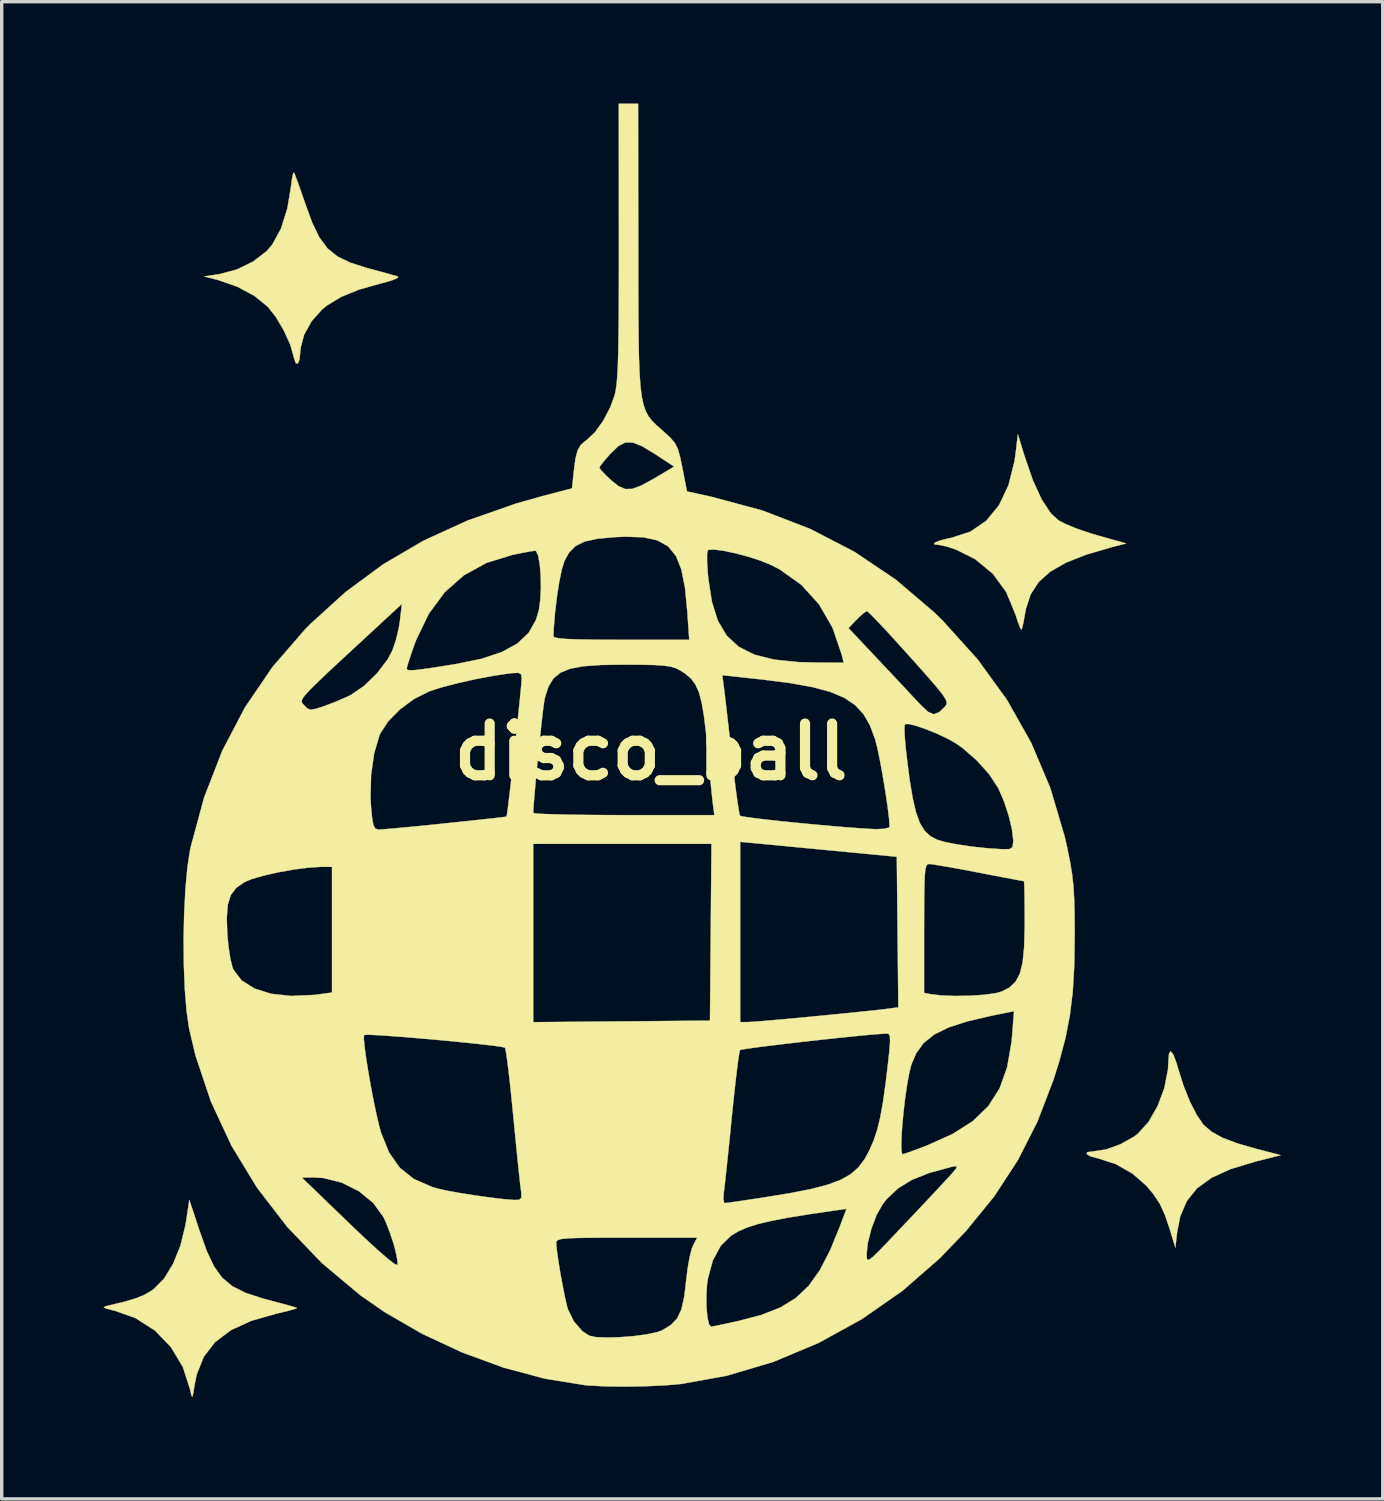
<source format=kicad_pcb>
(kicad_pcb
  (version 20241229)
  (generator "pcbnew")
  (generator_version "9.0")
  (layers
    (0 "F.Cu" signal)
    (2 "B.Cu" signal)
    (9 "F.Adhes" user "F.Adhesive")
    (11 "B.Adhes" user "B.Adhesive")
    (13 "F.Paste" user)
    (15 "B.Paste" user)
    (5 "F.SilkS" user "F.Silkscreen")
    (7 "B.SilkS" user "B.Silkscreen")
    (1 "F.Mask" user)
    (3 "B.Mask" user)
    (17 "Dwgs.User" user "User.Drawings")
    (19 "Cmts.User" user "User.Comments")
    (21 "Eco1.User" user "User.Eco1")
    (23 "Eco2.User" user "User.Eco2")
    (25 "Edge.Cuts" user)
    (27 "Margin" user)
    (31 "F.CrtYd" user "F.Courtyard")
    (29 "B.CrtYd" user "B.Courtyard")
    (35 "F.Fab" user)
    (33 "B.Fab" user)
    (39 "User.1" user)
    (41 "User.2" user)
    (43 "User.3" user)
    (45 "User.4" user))
  (footprint "disco_ball"
    (layer "F.Cu")
    (at 16.127 19.097)
    (property "Reference" "disco_ball" (at 0 0 0) (layer "F.SilkS") (effects (font (size 1.524 1.524) (thickness 0.3))))
    (attr through_hole)
    (fp_poly (pts (xy 10.999 -8.721) (xy 11.249 -7.995) (xy 11.51 -7.429) (xy 11.78 -7.024) (xy 12.007 -6.816) (xy 12.225 -6.704) (xy 12.554 -6.571) (xy 12.939 -6.44) (xy 13.158 -6.375) (xy 13.996 -6.139) (xy 13.581 -6.033) (xy 12.824 -5.812) (xy 12.221 -5.574) (xy 11.757 -5.308) (xy 11.416 -5.001) (xy 11.183 -4.642) (xy 11.043 -4.218) (xy 11.016 -4.074) (xy 10.971 -3.821) (xy 10.93 -3.647) (xy 10.912 -3.602) (xy 10.872 -3.657) (xy 10.803 -3.834) (xy 10.735 -4.049) (xy 10.462 -4.708) (xy 10.065 -5.251) (xy 9.544 -5.678) (xy 8.994 -5.954) (xy 8.73 -6.043) (xy 8.501 -6.094) (xy 8.444 -6.099) (xy 8.334 -6.118) (xy 8.365 -6.165) (xy 8.512 -6.225) (xy 8.751 -6.286) (xy 8.844 -6.304) (xy 9.403 -6.485) (xy 9.873 -6.806) (xy 10.249 -7.264) (xy 10.528 -7.853) (xy 10.707 -8.568) (xy 10.738 -8.79) (xy 10.805 -9.356) (xy 10.999 -8.721)) (stroke (width 0.01) (type solid)) (fill yes) (layer "F.SilkS"))
    (fp_poly (pts (xy -13.293 14.126) (xy -13.084 14.71) (xy -12.874 15.155) (xy -12.634 15.489) (xy -12.337 15.738) (xy -11.953 15.932) (xy -11.453 16.097) (xy -11.169 16.173) (xy -10.846 16.258) (xy -10.593 16.328) (xy -10.449 16.372) (xy -10.431 16.381) (xy -10.494 16.41) (xy -10.684 16.463) (xy -10.963 16.531) (xy -11.023 16.544) (xy -11.777 16.759) (xy -12.38 17.036) (xy -12.842 17.386) (xy -13.172 17.815) (xy -13.381 18.333) (xy -13.446 18.645) (xy -13.486 18.899) (xy -13.512 18.999) (xy -13.538 18.96) (xy -13.573 18.796) (xy -13.79 18.121) (xy -14.142 17.532) (xy -14.613 17.045) (xy -15.186 16.679) (xy -15.79 16.464) (xy -16.031 16.403) (xy -16.122 16.366) (xy -16.081 16.335) (xy -15.96 16.304) (xy -15.506 16.195) (xy -15.177 16.097) (xy -14.931 15.997) (xy -14.725 15.877) (xy -14.651 15.826) (xy -14.346 15.517) (xy -14.076 15.076) (xy -13.86 14.536) (xy -13.713 13.934) (xy -13.701 13.86) (xy -13.6 13.199) (xy -13.293 14.126)) (stroke (width 0.01) (type solid)) (fill yes) (layer "F.SilkS"))
    (fp_poly (pts (xy 15.379 8.905) (xy 15.471 9.144) (xy 15.53 9.344) (xy 15.687 9.84) (xy 15.877 10.309) (xy 16.079 10.705) (xy 16.273 10.983) (xy 16.283 10.994) (xy 16.516 11.193) (xy 16.833 11.367) (xy 17.263 11.53) (xy 17.803 11.686) (xy 18.546 11.88) (xy 17.793 12.07) (xy 17.075 12.288) (xy 16.51 12.545) (xy 16.083 12.855) (xy 15.78 13.231) (xy 15.587 13.685) (xy 15.498 14.139) (xy 15.444 14.605) (xy 15.292 14.098) (xy 15.143 13.654) (xy 14.989 13.316) (xy 14.794 13.022) (xy 14.584 12.773) (xy 14.181 12.423) (xy 13.692 12.144) (xy 13.192 11.98) (xy 13.181 11.978) (xy 12.947 11.915) (xy 12.831 11.847) (xy 12.848 11.792) (xy 13.012 11.769) (xy 13.019 11.769) (xy 13.404 11.711) (xy 13.83 11.557) (xy 14.223 11.336) (xy 14.337 11.25) (xy 14.654 10.9) (xy 14.922 10.433) (xy 15.12 9.901) (xy 15.227 9.355) (xy 15.239 9.123) (xy 15.257 8.89) (xy 15.305 8.819) (xy 15.379 8.905)) (stroke (width 0.01) (type solid)) (fill yes) (layer "F.SilkS"))
    (fp_poly (pts (xy -10.48 -16.977) (xy -10.398 -16.759) (xy -10.289 -16.45) (xy -10.19 -16.159) (xy -9.98 -15.586) (xy -9.77 -15.153) (xy -9.531 -14.831) (xy -9.236 -14.592) (xy -8.856 -14.409) (xy -8.364 -14.252) (xy -8.263 -14.225) (xy -7.931 -14.136) (xy -7.652 -14.059) (xy -7.476 -14.007) (xy -7.451 -13.999) (xy -7.465 -13.959) (xy -7.614 -13.896) (xy -7.869 -13.82) (xy -7.959 -13.798) (xy -8.61 -13.614) (xy -9.125 -13.404) (xy -9.535 -13.156) (xy -9.695 -13.027) (xy -9.998 -12.686) (xy -10.218 -12.29) (xy -10.324 -11.896) (xy -10.329 -11.811) (xy -10.352 -11.568) (xy -10.403 -11.441) (xy -10.464 -11.448) (xy -10.518 -11.604) (xy -10.523 -11.633) (xy -10.628 -11.998) (xy -10.818 -12.415) (xy -11.055 -12.815) (xy -11.288 -13.11) (xy -11.679 -13.428) (xy -12.183 -13.7) (xy -12.746 -13.897) (xy -12.753 -13.899) (xy -13.166 -14.005) (xy -12.71 -14.073) (xy -12.199 -14.209) (xy -11.719 -14.444) (xy -11.323 -14.749) (xy -11.161 -14.936) (xy -10.901 -15.411) (xy -10.712 -16.012) (xy -10.611 -16.618) (xy -10.577 -16.872) (xy -10.543 -17.034) (xy -10.521 -17.068) (xy -10.48 -16.977)) (stroke (width 0.01) (type solid)) (fill yes) (layer "F.SilkS"))
    (fp_poly (pts (xy -0.376 -14.851) (xy -0.375 -13.835) (xy -0.373 -12.973) (xy -0.367 -12.251) (xy -0.357 -11.654) (xy -0.339 -11.168) (xy -0.312 -10.777) (xy -0.274 -10.468) (xy -0.222 -10.226) (xy -0.156 -10.035) (xy -0.072 -9.881) (xy 0.031 -9.75) (xy 0.155 -9.626) (xy 0.302 -9.496) (xy 0.356 -9.449) (xy 0.568 -9.256) (xy 0.705 -9.094) (xy 0.794 -8.911) (xy 0.864 -8.653) (xy 0.921 -8.374) (xy 1.058 -7.672) (xy 1.778 -7.515) (xy 3.283 -7.109) (xy 4.687 -6.568) (xy 5.994 -5.891) (xy 7.208 -5.074) (xy 8.334 -4.115) (xy 8.597 -3.858) (xy 9.618 -2.726) (xy 10.483 -1.534) (xy 11.196 -0.272) (xy 11.761 1.065) (xy 12.182 2.487) (xy 12.262 2.836) (xy 12.343 3.239) (xy 12.401 3.595) (xy 12.441 3.947) (xy 12.464 4.338) (xy 12.476 4.813) (xy 12.479 5.413) (xy 12.479 5.419) (xy 12.466 6.304) (xy 12.421 7.07) (xy 12.337 7.761) (xy 12.208 8.426) (xy 12.026 9.112) (xy 11.853 9.662) (xy 11.381 10.892) (xy 10.805 12.027) (xy 10.107 13.095) (xy 9.27 14.121) (xy 8.502 14.919) (xy 7.405 15.875) (xy 6.21 16.708) (xy 4.937 17.409) (xy 3.604 17.968) (xy 2.232 18.376) (xy 0.889 18.618) (xy 0.412 18.66) (xy -0.162 18.686) (xy -0.772 18.696) (xy -1.354 18.689) (xy -1.846 18.663) (xy -1.947 18.654) (xy -3.123 18.464) (xy -4.339 18.139) (xy -5.557 17.693) (xy -6.739 17.143) (xy -7.848 16.502) (xy -8.562 16.006) (xy -9.7 15.052) (xy -10.717 13.991) (xy -11.605 12.838) (xy -11.788 12.538) (xy -10.287 12.538) (xy -8.89 13.887) (xy -8.423 14.331) (xy -8.039 14.684) (xy -7.746 14.937) (xy -7.553 15.084) (xy -7.469 15.117) (xy -7.466 15.111) (xy -7.473 14.966) (xy -7.522 14.721) (xy -7.579 14.502) (xy -7.594 14.457) (xy -2.794 14.457) (xy -2.777 14.66) (xy -2.733 14.977) (xy -2.671 15.357) (xy -2.599 15.748) (xy -2.528 16.1) (xy -2.466 16.361) (xy -2.447 16.425) (xy -2.271 16.779) (xy -2.022 17.064) (xy -1.82 17.197) (xy -1.619 17.239) (xy -1.299 17.252) (xy -0.911 17.24) (xy -0.502 17.208) (xy -0.121 17.157) (xy 0.183 17.092) (xy 0.32 17.042) (xy 0.583 16.883) (xy 0.768 16.689) (xy 0.894 16.424) (xy 0.977 16.054) (xy 0.98 16.036) (xy 1.628 16.036) (xy 1.634 16.367) (xy 1.661 16.655) (xy 1.706 16.857) (xy 1.764 16.932) (xy 1.867 16.914) (xy 2.094 16.867) (xy 2.406 16.8) (xy 2.572 16.764) (xy 3.248 16.586) (xy 3.804 16.369) (xy 4.261 16.089) (xy 4.645 15.727) (xy 4.977 15.259) (xy 5.213 14.8) (xy 6.35 14.8) (xy 6.353 14.906) (xy 6.373 14.963) (xy 6.428 14.957) (xy 6.534 14.876) (xy 6.708 14.707) (xy 6.968 14.439) (xy 7.263 14.128) (xy 7.624 13.747) (xy 7.986 13.363) (xy 8.315 13.013) (xy 8.575 12.735) (xy 8.639 12.666) (xy 8.864 12.421) (xy 8.983 12.276) (xy 9.007 12.212) (xy 8.946 12.205) (xy 8.848 12.225) (xy 8.195 12.403) (xy 7.681 12.608) (xy 7.275 12.858) (xy 6.946 13.168) (xy 6.833 13.308) (xy 6.649 13.629) (xy 6.491 14.044) (xy 6.383 14.474) (xy 6.35 14.8) (xy 5.213 14.8) (xy 5.282 14.664) (xy 5.557 13.991) (xy 5.757 13.46) (xy 5.397 13.511) (xy 4.633 13.623) (xy 4.016 13.724) (xy 3.523 13.819) (xy 3.133 13.913) (xy 2.825 14.012) (xy 2.576 14.121) (xy 2.364 14.245) (xy 2.363 14.245) (xy 2.054 14.547) (xy 1.82 14.979) (xy 1.674 15.515) (xy 1.648 15.702) (xy 1.628 16.036) (xy 0.98 16.036) (xy 1.029 15.621) (xy 1.075 15.236) (xy 1.135 14.889) (xy 1.201 14.632) (xy 1.231 14.555) (xy 1.359 14.309) (xy -0.717 14.309) (xy -1.365 14.309) (xy -1.862 14.313) (xy -2.229 14.32) (xy -2.486 14.332) (xy -2.651 14.351) (xy -2.744 14.378) (xy -2.785 14.414) (xy -2.794 14.457) (xy -7.594 14.457) (xy -7.688 14.172) (xy -7.811 13.855) (xy -7.879 13.706) (xy -8.181 13.288) (xy -8.605 12.941) (xy -9.11 12.688) (xy -9.655 12.551) (xy -9.943 12.535) (xy -10.287 12.538) (xy -11.788 12.538) (xy -12.357 11.603) (xy -12.964 10.301) (xy -13.419 8.943) (xy -13.537 8.442) (xy -8.461 8.442) (xy -8.439 8.677) (xy -8.394 9.012) (xy -8.33 9.414) (xy -8.254 9.849) (xy -8.17 10.286) (xy -8.085 10.69) (xy -8.005 11.03) (xy -7.954 11.214) (xy -7.718 11.799) (xy -7.405 12.247) (xy -6.992 12.577) (xy -6.457 12.813) (xy -6.269 12.868) (xy -6 12.928) (xy -5.618 12.996) (xy -5.176 13.066) (xy -4.73 13.128) (xy -4.335 13.175) (xy -4.046 13.199) (xy -4.033 13.199) (xy -3.883 13.195) (xy -3.864 13.177) (xy 2.13 13.177) (xy 2.156 13.286) (xy 2.169 13.292) (xy 2.277 13.279) (xy 2.518 13.245) (xy 2.858 13.195) (xy 3.265 13.134) (xy 3.344 13.121) (xy 4.107 12.996) (xy 4.721 12.875) (xy 5.208 12.748) (xy 5.587 12.606) (xy 5.88 12.44) (xy 6.107 12.241) (xy 6.289 11.999) (xy 6.426 11.747) (xy 6.471 11.644) (xy 7.371 11.644) (xy 7.387 11.817) (xy 7.411 11.853) (xy 7.505 11.825) (xy 7.718 11.749) (xy 8.009 11.64) (xy 8.13 11.594) (xy 8.879 11.258) (xy 9.475 10.879) (xy 9.932 10.438) (xy 10.266 9.915) (xy 10.489 9.293) (xy 10.618 8.552) (xy 10.638 8.33) (xy 10.692 7.637) (xy 9.981 7.783) (xy 9.292 7.945) (xy 8.752 8.122) (xy 8.339 8.327) (xy 8.033 8.573) (xy 7.813 8.872) (xy 7.67 9.205) (xy 7.607 9.451) (xy 7.545 9.787) (xy 7.487 10.18) (xy 7.438 10.595) (xy 7.4 11) (xy 7.377 11.361) (xy 7.371 11.644) (xy 6.471 11.644) (xy 6.554 11.454) (xy 6.66 11.14) (xy 6.75 10.772) (xy 6.831 10.322) (xy 6.911 9.757) (xy 6.976 9.21) (xy 7.02 8.807) (xy 7.04 8.542) (xy 7.036 8.388) (xy 7.008 8.316) (xy 6.953 8.297) (xy 6.948 8.297) (xy 6.766 8.307) (xy 6.461 8.332) (xy 6.058 8.37) (xy 5.587 8.418) (xy 5.074 8.473) (xy 4.547 8.531) (xy 4.033 8.59) (xy 3.561 8.647) (xy 3.156 8.698) (xy 2.848 8.741) (xy 2.662 8.771) (xy 2.621 8.784) (xy 2.597 8.883) (xy 2.561 9.126) (xy 2.515 9.488) (xy 2.463 9.945) (xy 2.407 10.47) (xy 2.378 10.753) (xy 2.322 11.323) (xy 2.267 11.854) (xy 2.219 12.317) (xy 2.179 12.682) (xy 2.151 12.92) (xy 2.143 12.975) (xy 2.13 13.177) (xy -3.864 13.177) (xy -3.821 13.138) (xy -3.823 12.982) (xy -3.84 12.848) (xy -3.863 12.658) (xy -3.898 12.33) (xy -3.943 11.894) (xy -3.994 11.381) (xy -4.049 10.823) (xy -4.068 10.626) (xy -4.122 10.082) (xy -4.174 9.596) (xy -4.223 9.193) (xy -4.263 8.899) (xy -4.294 8.736) (xy -4.303 8.713) (xy -4.403 8.689) (xy -4.643 8.655) (xy -4.993 8.614) (xy -5.426 8.568) (xy -5.912 8.52) (xy -6.425 8.472) (xy -6.935 8.428) (xy -7.413 8.389) (xy -7.833 8.359) (xy -8.165 8.339) (xy -8.381 8.332) (xy -8.452 8.339) (xy -8.461 8.442) (xy -13.537 8.442) (xy -13.605 8.157) (xy -13.68 7.647) (xy -13.732 7.011) (xy -13.762 6.291) (xy -13.769 5.528) (xy -13.756 4.892) (xy -12.498 4.892) (xy -12.481 5.376) (xy -12.444 5.755) (xy -12.39 6.099) (xy -12.327 6.353) (xy -12.305 6.409) (xy -12.063 6.729) (xy -11.687 6.969) (xy -11.194 7.125) (xy -10.602 7.19) (xy -9.928 7.16) (xy -9.791 7.143) (xy -9.398 7.089) (xy -9.398 3.387) (xy -9.716 3.387) (xy -10.08 3.408) (xy -10.518 3.465) (xy -10.978 3.547) (xy -11.411 3.645) (xy -11.768 3.749) (xy -11.976 3.836) (xy -12.217 4.004) (xy -12.378 4.216) (xy -12.468 4.501) (xy -12.498 4.892) (xy -13.756 4.892) (xy -13.753 4.763) (xy -13.715 4.037) (xy -13.656 3.393) (xy -13.575 2.87) (xy -13.565 2.824) (xy -13.534 2.709) (xy -3.471 2.709) (xy -3.471 7.961) (xy -3.187 7.959) (xy 2.625 7.959) (xy 2.845 7.959) (xy 2.994 7.951) (xy 3.282 7.929) (xy 3.681 7.895) (xy 4.161 7.852) (xy 4.693 7.802) (xy 4.813 7.79) (xy 5.365 7.736) (xy 5.881 7.685) (xy 6.331 7.638) (xy 6.681 7.601) (xy 6.901 7.576) (xy 6.923 7.573) (xy 7.284 7.525) (xy 7.26 5.201) (xy 8.043 5.201) (xy 8.043 7.1) (xy 8.234 7.137) (xy 8.557 7.175) (xy 8.963 7.19) (xy 9.398 7.183) (xy 9.811 7.155) (xy 10.147 7.109) (xy 10.324 7.062) (xy 10.561 6.939) (xy 10.738 6.77) (xy 10.864 6.531) (xy 10.945 6.199) (xy 10.99 5.751) (xy 11.006 5.164) (xy 11.007 5.011) (xy 11.005 4.582) (xy 11.001 4.221) (xy 10.996 3.957) (xy 10.988 3.821) (xy 10.986 3.81) (xy 10.9 3.794) (xy 10.676 3.752) (xy 10.343 3.689) (xy 9.93 3.61) (xy 9.652 3.556) (xy 9.192 3.469) (xy 8.783 3.395) (xy 8.457 3.339) (xy 8.247 3.307) (xy 8.191 3.302) (xy 8.143 3.313) (xy 8.107 3.36) (xy 8.081 3.464) (xy 8.063 3.643) (xy 8.052 3.92) (xy 8.046 4.315) (xy 8.044 4.847) (xy 8.043 5.201) (xy 7.26 5.201) (xy 7.239 3.09) (xy 5.376 2.912) (xy 4.802 2.857) (xy 4.257 2.805) (xy 3.774 2.758) (xy 3.384 2.721) (xy 3.121 2.696) (xy 3.069 2.691) (xy 2.625 2.65) (xy 2.625 7.959) (xy -3.187 7.959) (xy 1.736 7.916) (xy 1.78 2.709) (xy -3.471 2.709) (xy -13.534 2.709) (xy -13.165 1.344) (xy -13.164 1.342) (xy -8.264 1.342) (xy -8.247 1.63) (xy -8.215 1.961) (xy -8.178 2.158) (xy -8.127 2.255) (xy -8.047 2.286) (xy -8.011 2.288) (xy -7.876 2.28) (xy -7.599 2.256) (xy -7.211 2.221) (xy -6.738 2.175) (xy -6.208 2.121) (xy -6.054 2.105) (xy -5.525 2.05) (xy -5.058 2) (xy -4.675 1.958) (xy -4.403 1.927) (xy -4.266 1.909) (xy -4.255 1.907) (xy -4.24 1.822) (xy -4.237 1.799) (xy -3.471 1.799) (xy -3.39 1.815) (xy -3.159 1.829) (xy -2.8 1.841) (xy -2.332 1.851) (xy -1.775 1.858) (xy -1.15 1.862) (xy -0.803 1.863) (xy 1.865 1.863) (xy 1.823 1.545) (xy 1.799 1.336) (xy 1.765 1.004) (xy 1.727 0.597) (xy 1.689 0.183) (xy 1.625 -0.5) (xy 1.562 -1.036) (xy 1.492 -1.448) (xy 1.409 -1.758) (xy 1.304 -1.99) (xy 1.172 -2.166) (xy 1.062 -2.258) (xy 2.098 -2.258) (xy 2.144 -1.912) (xy 2.168 -1.721) (xy 2.207 -1.395) (xy 2.256 -0.964) (xy 2.313 -0.463) (xy 2.374 0.076) (xy 2.379 0.127) (xy 2.439 0.645) (xy 2.496 1.106) (xy 2.547 1.482) (xy 2.589 1.747) (xy 2.616 1.875) (xy 2.62 1.882) (xy 2.714 1.906) (xy 2.949 1.94) (xy 3.296 1.983) (xy 3.727 2.031) (xy 4.213 2.081) (xy 4.727 2.131) (xy 5.239 2.177) (xy 5.721 2.218) (xy 6.146 2.25) (xy 6.485 2.271) (xy 6.625 2.276) (xy 6.859 2.267) (xy 7.004 2.232) (xy 7.027 2.206) (xy 7.011 1.966) (xy 6.967 1.607) (xy 6.903 1.175) (xy 6.827 0.715) (xy 6.747 0.274) (xy 6.669 -0.102) (xy 6.602 -0.368) (xy 6.6 -0.374) (xy 6.473 -0.714) (xy 7.463 -0.714) (xy 7.471 -0.484) (xy 7.497 -0.161) (xy 7.526 0.105) (xy 7.615 0.806) (xy 7.706 1.358) (xy 7.804 1.78) (xy 7.918 2.095) (xy 8.055 2.321) (xy 8.222 2.478) (xy 8.418 2.585) (xy 8.658 2.656) (xy 9.018 2.726) (xy 9.451 2.79) (xy 9.907 2.839) (xy 10.337 2.867) (xy 10.351 2.868) (xy 10.558 2.864) (xy 10.647 2.806) (xy 10.668 2.651) (xy 10.668 2.598) (xy 10.631 2.278) (xy 10.534 1.874) (xy 10.394 1.451) (xy 10.231 1.074) (xy 10.229 1.071) (xy 9.962 0.662) (xy 9.59 0.246) (xy 9.165 -0.122) (xy 8.979 -0.251) (xy 8.722 -0.396) (xy 8.413 -0.541) (xy 8.093 -0.67) (xy 7.802 -0.769) (xy 7.583 -0.822) (xy 7.475 -0.815) (xy 7.463 -0.714) (xy 6.473 -0.714) (xy 6.451 -0.775) (xy 6.262 -1.106) (xy 6.016 -1.375) (xy 5.694 -1.593) (xy 5.278 -1.768) (xy 4.751 -1.909) (xy 4.093 -2.027) (xy 3.287 -2.13) (xy 3.144 -2.145) (xy 2.098 -2.258) (xy 1.062 -2.258) (xy 1.003 -2.308) (xy 0.848 -2.406) (xy 0.723 -2.468) (xy 0.574 -2.512) (xy 0.371 -2.541) (xy 0.084 -2.559) (xy -0.315 -2.567) (xy -0.794 -2.569) (xy -1.464 -2.56) (xy -1.986 -2.523) (xy -2.383 -2.45) (xy -2.673 -2.331) (xy -2.879 -2.158) (xy -3.022 -1.921) (xy -3.122 -1.611) (xy -3.138 -1.544) (xy -3.162 -1.387) (xy -3.198 -1.096) (xy -3.241 -0.707) (xy -3.289 -0.254) (xy -3.337 0.227) (xy -3.383 0.701) (xy -3.422 1.134) (xy -3.452 1.49) (xy -3.469 1.735) (xy -3.471 1.799) (xy -4.237 1.799) (xy -4.21 1.597) (xy -4.17 1.26) (xy -4.121 0.839) (xy -4.067 0.362) (xy -4.012 -0.143) (xy -3.958 -0.648) (xy -3.908 -1.124) (xy -3.865 -1.543) (xy -3.832 -1.878) (xy -3.814 -2.1) (xy -3.81 -2.169) (xy -3.827 -2.283) (xy -3.908 -2.328) (xy -4.099 -2.32) (xy -4.17 -2.312) (xy -4.635 -2.243) (xy -5.159 -2.144) (xy -5.686 -2.026) (xy -6.16 -1.903) (xy -6.524 -1.787) (xy -6.536 -1.782) (xy -6.976 -1.561) (xy -7.392 -1.255) (xy -7.74 -0.902) (xy -7.976 -0.543) (xy -8 -0.487) (xy -8.156 0.044) (xy -8.246 0.675) (xy -8.264 1.342) (xy -13.164 1.342) (xy -12.63 -0.033) (xy -11.959 -1.314) (xy -11.825 -1.51) (xy -10.291 -1.51) (xy -10.288 -1.459) (xy -10.26 -1.416) (xy -10.217 -1.371) (xy -10.216 -1.37) (xy -10.12 -1.275) (xy -10.023 -1.242) (xy -9.873 -1.268) (xy -9.62 -1.351) (xy -9.291 -1.476) (xy -8.966 -1.616) (xy -8.844 -1.676) (xy -8.452 -1.943) (xy -8.072 -2.312) (xy -7.967 -2.449) (xy -7.197 -2.449) (xy -7.177 -2.417) (xy -7.104 -2.403) (xy -6.956 -2.409) (xy -6.71 -2.438) (xy -6.345 -2.492) (xy -5.839 -2.572) (xy -5.742 -2.588) (xy -4.992 -2.742) (xy -4.394 -2.941) (xy -3.936 -3.193) (xy -3.709 -3.408) (xy -2.876 -3.408) (xy -2.839 -3.373) (xy -2.715 -3.346) (xy -2.489 -3.326) (xy -2.145 -3.313) (xy -1.666 -3.305) (xy -1.037 -3.302) (xy -0.877 -3.302) (xy 1.125 -3.302) (xy 1.067 -4.146) (xy 1 -4.835) (xy 0.893 -5.372) (xy 0.804 -5.596) (xy 1.651 -5.596) (xy 1.67 -5.277) (xy 1.687 -5.099) (xy 1.794 -4.416) (xy 1.969 -3.861) (xy 2.227 -3.425) (xy 2.58 -3.097) (xy 3.043 -2.864) (xy 3.63 -2.717) (xy 4.355 -2.644) (xy 4.806 -2.632) (xy 5.676 -2.625) (xy 5.619 -2.857) (xy 5.35 -3.646) (xy 5.816 -3.646) (xy 6.715 -2.691) (xy 7.057 -2.328) (xy 7.385 -1.979) (xy 7.669 -1.675) (xy 7.88 -1.45) (xy 7.935 -1.391) (xy 8.156 -1.181) (xy 8.327 -1.108) (xy 8.489 -1.17) (xy 8.656 -1.33) (xy 8.699 -1.388) (xy 8.711 -1.455) (xy 8.679 -1.547) (xy 8.592 -1.684) (xy 8.436 -1.881) (xy 8.199 -2.158) (xy 7.868 -2.532) (xy 7.611 -2.819) (xy 7.255 -3.214) (xy 6.936 -3.563) (xy 6.67 -3.846) (xy 6.476 -4.045) (xy 6.372 -4.142) (xy 6.36 -4.149) (xy 6.267 -4.093) (xy 6.111 -3.953) (xy 6.056 -3.898) (xy 5.816 -3.646) (xy 5.35 -3.646) (xy 5.347 -3.656) (xy 4.949 -4.345) (xy 4.43 -4.918) (xy 3.794 -5.372) (xy 3.525 -5.511) (xy 3.22 -5.634) (xy 2.862 -5.75) (xy 2.491 -5.848) (xy 2.148 -5.921) (xy 1.87 -5.959) (xy 1.699 -5.952) (xy 1.671 -5.937) (xy 1.651 -5.83) (xy 1.651 -5.596) (xy 0.804 -5.596) (xy 0.733 -5.773) (xy 0.502 -6.054) (xy 0.186 -6.231) (xy -0.231 -6.321) (xy -0.766 -6.338) (xy -1.069 -6.325) (xy -1.582 -6.278) (xy -1.958 -6.195) (xy -2.226 -6.062) (xy -2.419 -5.865) (xy -2.551 -5.625) (xy -2.626 -5.384) (xy -2.702 -5.02) (xy -2.771 -4.576) (xy -2.828 -4.1) (xy -2.866 -3.635) (xy -2.876 -3.408) (xy -3.709 -3.408) (xy -3.605 -3.506) (xy -3.389 -3.889) (xy -3.303 -4.184) (xy -3.261 -4.49) (xy -3.244 -4.841) (xy -3.251 -5.198) (xy -3.278 -5.522) (xy -3.323 -5.772) (xy -3.384 -5.91) (xy -3.415 -5.925) (xy -3.544 -5.908) (xy -3.785 -5.864) (xy -4.075 -5.805) (xy -4.848 -5.567) (xy -5.514 -5.201) (xy -6.078 -4.703) (xy -6.545 -4.069) (xy -6.919 -3.296) (xy -6.974 -3.149) (xy -7.08 -2.844) (xy -7.159 -2.6) (xy -7.196 -2.461) (xy -7.197 -2.449) (xy -7.967 -2.449) (xy -7.759 -2.723) (xy -7.626 -2.97) (xy -7.517 -3.285) (xy -7.428 -3.659) (xy -7.397 -3.859) (xy -7.338 -4.36) (xy -8.093 -3.662) (xy -8.686 -3.113) (xy -9.167 -2.668) (xy -9.545 -2.315) (xy -9.833 -2.041) (xy -10.04 -1.836) (xy -10.178 -1.687) (xy -10.258 -1.582) (xy -10.291 -1.51) (xy -11.825 -1.51) (xy -11.149 -2.502) (xy -10.197 -3.602) (xy -10.034 -3.768) (xy -8.998 -4.708) (xy -7.893 -5.523) (xy -6.701 -6.222) (xy -5.405 -6.814) (xy -3.988 -7.311) (xy -3.217 -7.529) (xy -2.328 -7.762) (xy -2.275 -8.263) (xy -2.261 -8.371) (xy -1.524 -8.371) (xy -1.466 -8.289) (xy -1.317 -8.135) (xy -1.176 -8.002) (xy -0.958 -7.828) (xy -0.763 -7.742) (xy -0.553 -7.747) (xy -0.288 -7.845) (xy 0.068 -8.039) (xy 0.156 -8.091) (xy 0.68 -8.403) (xy 0.116 -8.774) (xy -0.253 -8.998) (xy -0.531 -9.112) (xy -0.755 -9.115) (xy -0.961 -9.008) (xy -1.188 -8.791) (xy -1.195 -8.784) (xy -1.373 -8.581) (xy -1.493 -8.428) (xy -1.524 -8.371) (xy -2.261 -8.371) (xy -2.227 -8.633) (xy -2.165 -8.877) (xy -2.071 -9.039) (xy -1.929 -9.163) (xy -1.903 -9.18) (xy -1.655 -9.41) (xy -1.409 -9.753) (xy -1.198 -10.155) (xy -1.072 -10.504) (xy -1.042 -10.639) (xy -1.016 -10.815) (xy -0.996 -11.047) (xy -0.979 -11.351) (xy -0.967 -11.74) (xy -0.958 -12.231) (xy -0.951 -12.837) (xy -0.948 -13.575) (xy -0.947 -14.458) (xy -0.947 -15.028) (xy -0.949 -19.092) (xy -0.381 -19.092) (xy -0.376 -14.851)) (stroke (width 0.01) (type solid)) (fill yes) (layer "F.SilkS")))
  (gr_rect
    (start -3 -3)
    (end 37.679 41.101)
    (stroke (width 0.1) (type default))
    (fill no)
    (layer "Edge.Cuts")))
</source>
